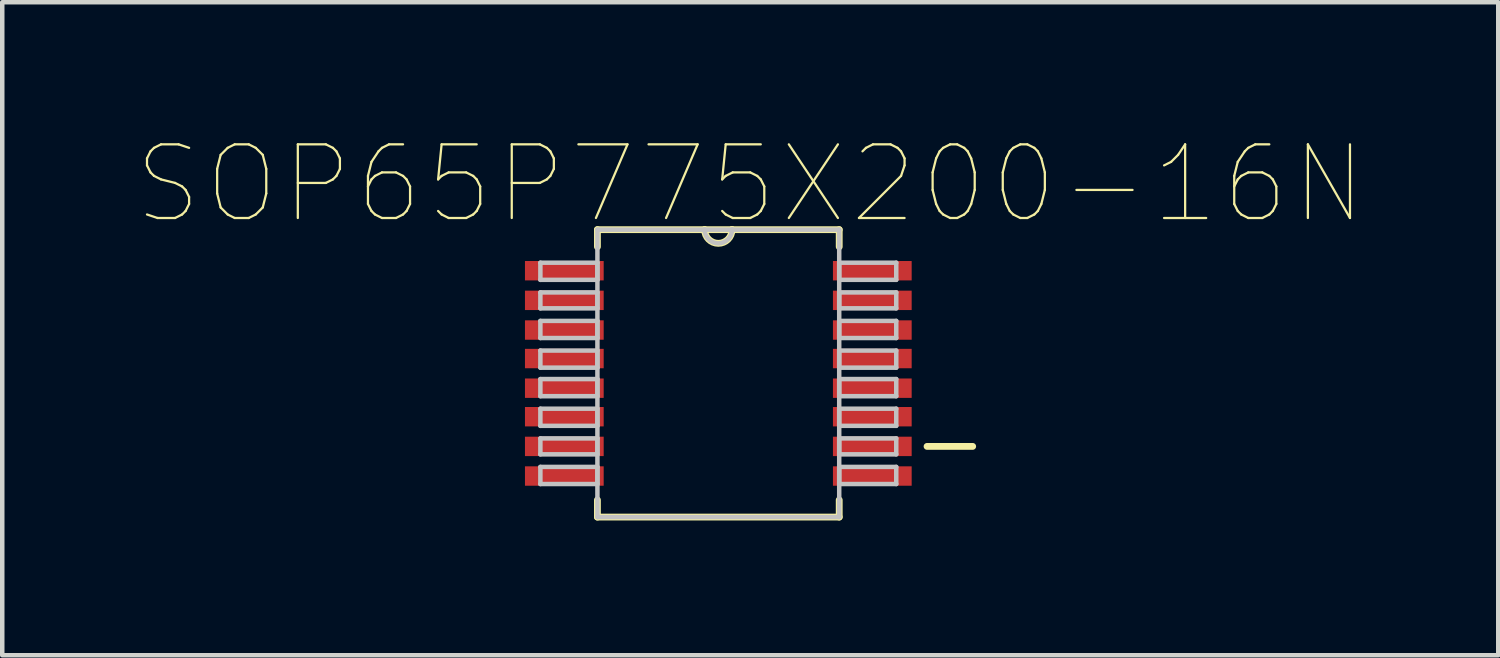
<source format=kicad_pcb>
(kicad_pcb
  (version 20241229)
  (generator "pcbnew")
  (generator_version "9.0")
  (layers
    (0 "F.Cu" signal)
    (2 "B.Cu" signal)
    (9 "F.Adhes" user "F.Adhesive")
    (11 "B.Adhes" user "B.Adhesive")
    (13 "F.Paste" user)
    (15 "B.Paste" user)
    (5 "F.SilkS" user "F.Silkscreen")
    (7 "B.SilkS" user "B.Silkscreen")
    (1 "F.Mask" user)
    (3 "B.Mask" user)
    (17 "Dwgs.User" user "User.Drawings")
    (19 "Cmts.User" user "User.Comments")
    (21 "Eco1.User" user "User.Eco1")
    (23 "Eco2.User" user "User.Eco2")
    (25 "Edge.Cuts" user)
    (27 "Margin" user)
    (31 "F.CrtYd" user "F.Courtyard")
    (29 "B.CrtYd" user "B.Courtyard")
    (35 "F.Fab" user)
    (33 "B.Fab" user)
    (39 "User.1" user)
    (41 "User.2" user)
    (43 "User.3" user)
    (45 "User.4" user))
  (footprint "SOP65P775X200-16N"
    (layer "F.Cu")
    (at 12.945 5.264)
    (property "Reference" "SOP65P775X200-16N" (at 0.711 -4.216 0) (layer "F.SilkS") (effects (font (size 1.64 1.64) (thickness 0.05))))
    (attr smd)
    (fp_line (start -2.692 -3.2) (end -2.692 -2.819) (stroke (width 0.152) (type solid)) (layer "F.SilkS"))
    (fp_line (start -2.692 2.819) (end -2.692 3.2) (stroke (width 0.152) (type solid)) (layer "F.SilkS"))
    (fp_line (start -2.692 3.2) (end 2.692 3.2) (stroke (width 0.152) (type solid)) (layer "F.SilkS"))
    (fp_line (start -0.305 -3.2) (end -2.692 -3.2) (stroke (width 0.152) (type solid)) (layer "F.SilkS"))
    (fp_line (start 0.305 -3.2) (end -0.305 -3.2) (stroke (width 0.152) (type solid)) (layer "F.SilkS"))
    (fp_line (start 2.692 -3.2) (end 0.305 -3.2) (stroke (width 0.152) (type solid)) (layer "F.SilkS"))
    (fp_line (start 2.692 -2.819) (end 2.692 -3.2) (stroke (width 0.152) (type solid)) (layer "F.SilkS"))
    (fp_line (start 2.692 3.2) (end 2.692 2.819) (stroke (width 0.152) (type solid)) (layer "F.SilkS"))
    (fp_line (start 4.648 1.626) (end 5.664 1.626) (stroke (width 0.152) (type solid)) (layer "F.SilkS"))
    (fp_arc (start 0.3048 -3.2004) (mid 0 -2.8956) (end -0.3048 -3.2004) (stroke (width 0.1524) (type solid)) (layer "F.SilkS"))
    (fp_line (start -3.962 -2.464) (end -3.962 -2.083) (stroke (width 0.1) (type solid)) (layer "Dwgs.User"))
    (fp_line (start -3.962 -2.083) (end -2.692 -2.083) (stroke (width 0.1) (type solid)) (layer "Dwgs.User"))
    (fp_line (start -3.962 -1.803) (end -3.962 -1.448) (stroke (width 0.1) (type solid)) (layer "Dwgs.User"))
    (fp_line (start -3.962 -1.448) (end -2.692 -1.448) (stroke (width 0.1) (type solid)) (layer "Dwgs.User"))
    (fp_line (start -3.962 -1.168) (end -3.962 -0.787) (stroke (width 0.1) (type solid)) (layer "Dwgs.User"))
    (fp_line (start -3.962 -0.787) (end -2.692 -0.787) (stroke (width 0.1) (type solid)) (layer "Dwgs.User"))
    (fp_line (start -3.962 -0.508) (end -3.962 -0.127) (stroke (width 0.1) (type solid)) (layer "Dwgs.User"))
    (fp_line (start -3.962 -0.127) (end -2.692 -0.127) (stroke (width 0.1) (type solid)) (layer "Dwgs.User"))
    (fp_line (start -3.962 0.127) (end -3.962 0.508) (stroke (width 0.1) (type solid)) (layer "Dwgs.User"))
    (fp_line (start -3.962 0.508) (end -2.692 0.508) (stroke (width 0.1) (type solid)) (layer "Dwgs.User"))
    (fp_line (start -3.962 0.787) (end -3.962 1.168) (stroke (width 0.1) (type solid)) (layer "Dwgs.User"))
    (fp_line (start -3.962 1.168) (end -2.692 1.168) (stroke (width 0.1) (type solid)) (layer "Dwgs.User"))
    (fp_line (start -3.962 1.448) (end -3.962 1.803) (stroke (width 0.1) (type solid)) (layer "Dwgs.User"))
    (fp_line (start -3.962 1.803) (end -2.692 1.803) (stroke (width 0.1) (type solid)) (layer "Dwgs.User"))
    (fp_line (start -3.962 2.083) (end -3.962 2.464) (stroke (width 0.1) (type solid)) (layer "Dwgs.User"))
    (fp_line (start -3.962 2.464) (end -2.692 2.464) (stroke (width 0.1) (type solid)) (layer "Dwgs.User"))
    (fp_line (start -2.692 -3.2) (end -2.692 3.2) (stroke (width 0.1) (type solid)) (layer "Dwgs.User"))
    (fp_line (start -2.692 -2.464) (end -3.962 -2.464) (stroke (width 0.1) (type solid)) (layer "Dwgs.User"))
    (fp_line (start -2.692 -2.083) (end -2.692 -2.464) (stroke (width 0.1) (type solid)) (layer "Dwgs.User"))
    (fp_line (start -2.692 -1.803) (end -3.962 -1.803) (stroke (width 0.1) (type solid)) (layer "Dwgs.User"))
    (fp_line (start -2.692 -1.448) (end -2.692 -1.803) (stroke (width 0.1) (type solid)) (layer "Dwgs.User"))
    (fp_line (start -2.692 -1.168) (end -3.962 -1.168) (stroke (width 0.1) (type solid)) (layer "Dwgs.User"))
    (fp_line (start -2.692 -0.787) (end -2.692 -1.168) (stroke (width 0.1) (type solid)) (layer "Dwgs.User"))
    (fp_line (start -2.692 -0.508) (end -3.962 -0.508) (stroke (width 0.1) (type solid)) (layer "Dwgs.User"))
    (fp_line (start -2.692 -0.127) (end -2.692 -0.508) (stroke (width 0.1) (type solid)) (layer "Dwgs.User"))
    (fp_line (start -2.692 0.127) (end -3.962 0.127) (stroke (width 0.1) (type solid)) (layer "Dwgs.User"))
    (fp_line (start -2.692 0.508) (end -2.692 0.127) (stroke (width 0.1) (type solid)) (layer "Dwgs.User"))
    (fp_line (start -2.692 0.787) (end -3.962 0.787) (stroke (width 0.1) (type solid)) (layer "Dwgs.User"))
    (fp_line (start -2.692 1.168) (end -2.692 0.787) (stroke (width 0.1) (type solid)) (layer "Dwgs.User"))
    (fp_line (start -2.692 1.448) (end -3.962 1.448) (stroke (width 0.1) (type solid)) (layer "Dwgs.User"))
    (fp_line (start -2.692 1.803) (end -2.692 1.448) (stroke (width 0.1) (type solid)) (layer "Dwgs.User"))
    (fp_line (start -2.692 2.083) (end -3.962 2.083) (stroke (width 0.1) (type solid)) (layer "Dwgs.User"))
    (fp_line (start -2.692 2.464) (end -2.692 2.083) (stroke (width 0.1) (type solid)) (layer "Dwgs.User"))
    (fp_line (start -2.692 3.2) (end 2.692 3.2) (stroke (width 0.1) (type solid)) (layer "Dwgs.User"))
    (fp_line (start -0.305 -3.2) (end -2.692 -3.2) (stroke (width 0.1) (type solid)) (layer "Dwgs.User"))
    (fp_line (start 0.305 -3.2) (end -0.305 -3.2) (stroke (width 0.1) (type solid)) (layer "Dwgs.User"))
    (fp_line (start 2.692 -3.2) (end 0.305 -3.2) (stroke (width 0.1) (type solid)) (layer "Dwgs.User"))
    (fp_line (start 2.692 -2.464) (end 2.692 -2.083) (stroke (width 0.1) (type solid)) (layer "Dwgs.User"))
    (fp_line (start 2.692 -2.083) (end 3.962 -2.083) (stroke (width 0.1) (type solid)) (layer "Dwgs.User"))
    (fp_line (start 2.692 -1.803) (end 2.692 -1.448) (stroke (width 0.1) (type solid)) (layer "Dwgs.User"))
    (fp_line (start 2.692 -1.448) (end 3.962 -1.448) (stroke (width 0.1) (type solid)) (layer "Dwgs.User"))
    (fp_line (start 2.692 -1.168) (end 2.692 -0.787) (stroke (width 0.1) (type solid)) (layer "Dwgs.User"))
    (fp_line (start 2.692 -0.787) (end 3.962 -0.787) (stroke (width 0.1) (type solid)) (layer "Dwgs.User"))
    (fp_line (start 2.692 -0.508) (end 2.692 -0.127) (stroke (width 0.1) (type solid)) (layer "Dwgs.User"))
    (fp_line (start 2.692 -0.127) (end 3.962 -0.127) (stroke (width 0.1) (type solid)) (layer "Dwgs.User"))
    (fp_line (start 2.692 0.127) (end 2.692 0.508) (stroke (width 0.1) (type solid)) (layer "Dwgs.User"))
    (fp_line (start 2.692 0.508) (end 3.962 0.508) (stroke (width 0.1) (type solid)) (layer "Dwgs.User"))
    (fp_line (start 2.692 0.787) (end 2.692 1.168) (stroke (width 0.1) (type solid)) (layer "Dwgs.User"))
    (fp_line (start 2.692 1.168) (end 3.962 1.168) (stroke (width 0.1) (type solid)) (layer "Dwgs.User"))
    (fp_line (start 2.692 1.448) (end 2.692 1.803) (stroke (width 0.1) (type solid)) (layer "Dwgs.User"))
    (fp_line (start 2.692 1.803) (end 3.962 1.803) (stroke (width 0.1) (type solid)) (layer "Dwgs.User"))
    (fp_line (start 2.692 2.083) (end 2.692 2.464) (stroke (width 0.1) (type solid)) (layer "Dwgs.User"))
    (fp_line (start 2.692 2.464) (end 3.962 2.464) (stroke (width 0.1) (type solid)) (layer "Dwgs.User"))
    (fp_line (start 2.692 3.2) (end 2.692 -3.2) (stroke (width 0.1) (type solid)) (layer "Dwgs.User"))
    (fp_line (start 3.962 -2.464) (end 2.692 -2.464) (stroke (width 0.1) (type solid)) (layer "Dwgs.User"))
    (fp_line (start 3.962 -2.083) (end 3.962 -2.464) (stroke (width 0.1) (type solid)) (layer "Dwgs.User"))
    (fp_line (start 3.962 -1.803) (end 2.692 -1.803) (stroke (width 0.1) (type solid)) (layer "Dwgs.User"))
    (fp_line (start 3.962 -1.448) (end 3.962 -1.803) (stroke (width 0.1) (type solid)) (layer "Dwgs.User"))
    (fp_line (start 3.962 -1.168) (end 2.692 -1.168) (stroke (width 0.1) (type solid)) (layer "Dwgs.User"))
    (fp_line (start 3.962 -0.787) (end 3.962 -1.168) (stroke (width 0.1) (type solid)) (layer "Dwgs.User"))
    (fp_line (start 3.962 -0.508) (end 2.692 -0.508) (stroke (width 0.1) (type solid)) (layer "Dwgs.User"))
    (fp_line (start 3.962 -0.127) (end 3.962 -0.508) (stroke (width 0.1) (type solid)) (layer "Dwgs.User"))
    (fp_line (start 3.962 0.127) (end 2.692 0.127) (stroke (width 0.1) (type solid)) (layer "Dwgs.User"))
    (fp_line (start 3.962 0.508) (end 3.962 0.127) (stroke (width 0.1) (type solid)) (layer "Dwgs.User"))
    (fp_line (start 3.962 0.787) (end 2.692 0.787) (stroke (width 0.1) (type solid)) (layer "Dwgs.User"))
    (fp_line (start 3.962 1.168) (end 3.962 0.787) (stroke (width 0.1) (type solid)) (layer "Dwgs.User"))
    (fp_line (start 3.962 1.448) (end 2.692 1.448) (stroke (width 0.1) (type solid)) (layer "Dwgs.User"))
    (fp_line (start 3.962 1.803) (end 3.962 1.448) (stroke (width 0.1) (type solid)) (layer "Dwgs.User"))
    (fp_line (start 3.962 2.083) (end 2.692 2.083) (stroke (width 0.1) (type solid)) (layer "Dwgs.User"))
    (fp_line (start 3.962 2.464) (end 3.962 2.083) (stroke (width 0.1) (type solid)) (layer "Dwgs.User"))
    (fp_arc (start 0.3048 -3.2004) (mid 0 -2.8956) (end -0.3048 -3.2004) (stroke (width 0.1) (type solid)) (layer "Dwgs.User"))
    (pad "1" smd rect (at -3.429 -2.286) (size 1.753 0.432) (layers "F.Cu" "F.Mask" "F.Paste"))
    (pad "2" smd rect (at -3.429 -1.626) (size 1.753 0.432) (layers "F.Cu" "F.Mask" "F.Paste"))
    (pad "3" smd rect (at -3.429 -0.965) (size 1.753 0.432) (layers "F.Cu" "F.Mask" "F.Paste"))
    (pad "4" smd rect (at -3.429 -0.33) (size 1.753 0.432) (layers "F.Cu" "F.Mask" "F.Paste"))
    (pad "5" smd rect (at -3.429 0.33) (size 1.753 0.432) (layers "F.Cu" "F.Mask" "F.Paste"))
    (pad "6" smd rect (at -3.429 0.965) (size 1.753 0.432) (layers "F.Cu" "F.Mask" "F.Paste"))
    (pad "7" smd rect (at -3.429 1.626) (size 1.753 0.432) (layers "F.Cu" "F.Mask" "F.Paste"))
    (pad "8" smd rect (at -3.429 2.286) (size 1.753 0.432) (layers "F.Cu" "F.Mask" "F.Paste"))
    (pad "9" smd rect (at 3.429 2.286) (size 1.753 0.432) (layers "F.Cu" "F.Mask" "F.Paste"))
    (pad "10" smd rect (at 3.429 1.626) (size 1.753 0.432) (layers "F.Cu" "F.Mask" "F.Paste"))
    (pad "11" smd rect (at 3.429 0.965) (size 1.753 0.432) (layers "F.Cu" "F.Mask" "F.Paste"))
    (pad "12" smd rect (at 3.429 0.33) (size 1.753 0.432) (layers "F.Cu" "F.Mask" "F.Paste"))
    (pad "13" smd rect (at 3.429 -0.33) (size 1.753 0.432) (layers "F.Cu" "F.Mask" "F.Paste"))
    (pad "14" smd rect (at 3.429 -0.965) (size 1.753 0.432) (layers "F.Cu" "F.Mask" "F.Paste"))
    (pad "15" smd rect (at 3.429 -1.626) (size 1.753 0.432) (layers "F.Cu" "F.Mask" "F.Paste"))
    (pad "16" smd rect (at 3.429 -2.286) (size 1.753 0.432) (layers "F.Cu" "F.Mask" "F.Paste")))
  (gr_rect
    (start -3 -3)
    (end 30.312 11.54)
    (stroke (width 0.1) (type default))
    (fill no)
    (layer "Edge.Cuts")))
</source>
